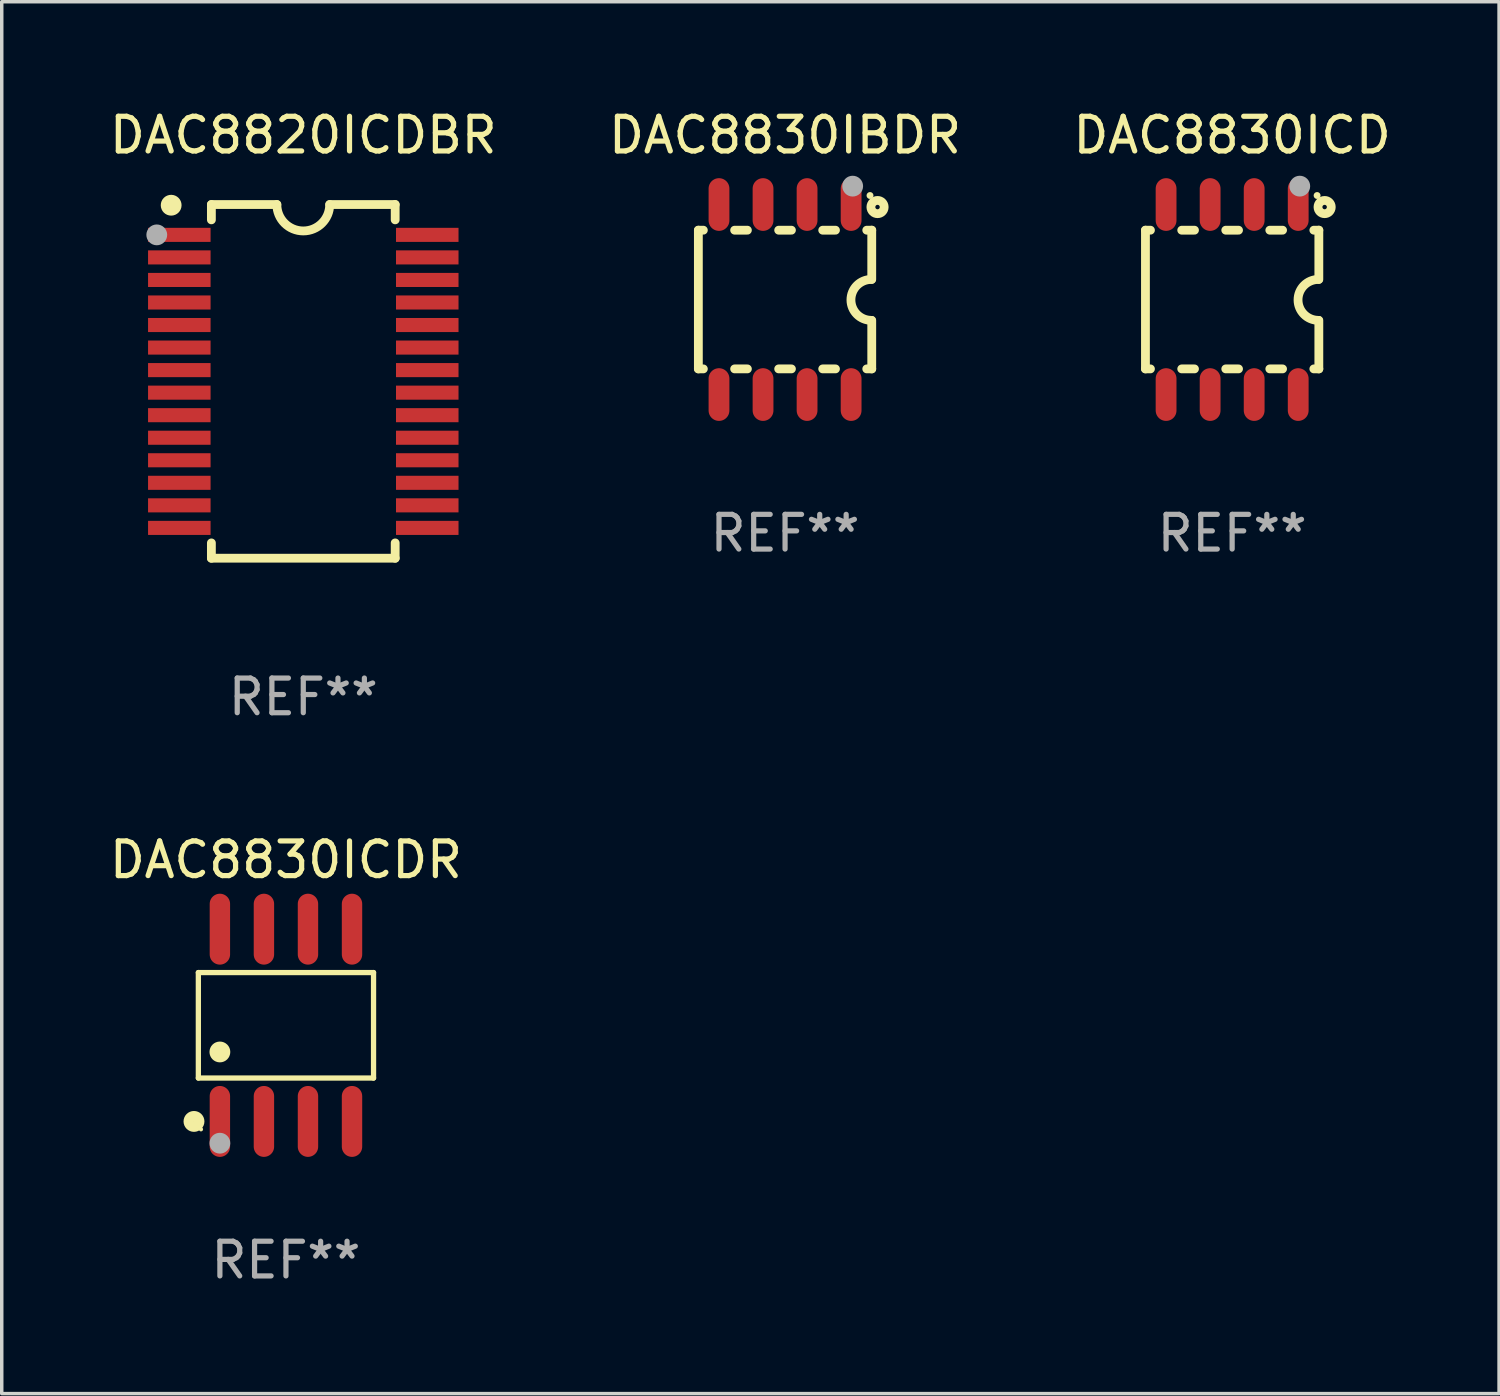
<source format=kicad_pcb>
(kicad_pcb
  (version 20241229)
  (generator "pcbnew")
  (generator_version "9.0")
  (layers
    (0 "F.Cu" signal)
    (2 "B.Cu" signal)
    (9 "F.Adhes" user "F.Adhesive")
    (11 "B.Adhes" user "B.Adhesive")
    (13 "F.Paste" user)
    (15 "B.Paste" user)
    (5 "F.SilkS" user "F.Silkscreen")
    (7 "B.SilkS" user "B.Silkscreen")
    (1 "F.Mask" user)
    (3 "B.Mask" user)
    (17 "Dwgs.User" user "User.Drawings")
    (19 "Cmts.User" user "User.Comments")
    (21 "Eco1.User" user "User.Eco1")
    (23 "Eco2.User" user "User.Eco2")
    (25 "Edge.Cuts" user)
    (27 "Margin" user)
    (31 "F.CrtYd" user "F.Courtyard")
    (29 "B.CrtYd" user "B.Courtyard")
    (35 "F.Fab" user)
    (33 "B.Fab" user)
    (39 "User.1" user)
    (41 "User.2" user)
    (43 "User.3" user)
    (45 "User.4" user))
  (footprint "DAC8830ICDR"
    (layer "F.Cu")
    (at 5.196 26.517)
    (property "Reference" "DAC8830ICDR" (at 0 -4.772 0) (layer "F.SilkS") (effects (font (size 1 1) (thickness 0.15))))
    (attr through_hole)
    (fp_line (start -2.526 -1.521) (end 2.526 -1.521) (stroke (width 0.152) (type solid)) (layer "F.SilkS"))
    (fp_line (start -2.526 1.521) (end -2.526 -1.521) (stroke (width 0.152) (type solid)) (layer "F.SilkS"))
    (fp_line (start 2.526 -1.521) (end 2.526 1.521) (stroke (width 0.152) (type solid)) (layer "F.SilkS"))
    (fp_line (start 2.526 1.521) (end -2.526 1.521) (stroke (width 0.152) (type solid)) (layer "F.SilkS"))
    (fp_circle (center -2.652 2.772) (end -2.501 2.772) (stroke (width 0.3) (type solid)) (fill no) (layer "F.SilkS"))
    (fp_circle (center -2.45 3) (end -2.42 3) (stroke (width 0.06) (type solid)) (fill no) (layer "F.SilkS"))
    (fp_circle (center -1.905 0.769) (end -1.755 0.769) (stroke (width 0.3) (type solid)) (fill no) (layer "F.SilkS"))
    (fp_circle (center -1.905 3.4) (end -1.755 3.4) (stroke (width 0.3) (type solid)) (fill no) (layer "F.Fab"))
    (fp_text user "REF**" (at 0 6.772 0) (layer "F.Fab") (effects (font (size 1 1) (thickness 0.15))))
    (pad "1" smd oval (at -1.905 2.772) (size 0.588 2.045) (layers "F.Cu" "F.Mask" "F.Paste"))
    (pad "2" smd oval (at -0.635 2.772) (size 0.588 2.045) (layers "F.Cu" "F.Mask" "F.Paste"))
    (pad "3" smd oval (at 0.635 2.772) (size 0.588 2.045) (layers "F.Cu" "F.Mask" "F.Paste"))
    (pad "4" smd oval (at 1.905 2.772) (size 0.588 2.045) (layers "F.Cu" "F.Mask" "F.Paste"))
    (pad "5" smd oval (at 1.905 -2.772) (size 0.588 2.045) (layers "F.Cu" "F.Mask" "F.Paste"))
    (pad "6" smd oval (at 0.635 -2.772) (size 0.588 2.045) (layers "F.Cu" "F.Mask" "F.Paste"))
    (pad "7" smd oval (at -0.635 -2.772) (size 0.588 2.045) (layers "F.Cu" "F.Mask" "F.Paste"))
    (pad "8" smd oval (at -1.905 -2.772) (size 0.588 2.045) (layers "F.Cu" "F.Mask" "F.Paste")))
  (footprint "DAC8820ICDBR"
    (layer "F.Cu")
    (at 5.696 7.948)
    (property "Reference" "DAC8820ICDBR" (at 0 -7.1 0) (layer "F.SilkS") (effects (font (size 1 1) (thickness 0.15))))
    (attr through_hole)
    (fp_line (start -2.65 -5.1) (end -0.762 -5.1) (stroke (width 0.254) (type solid)) (layer "F.SilkS"))
    (fp_line (start -2.65 -4.658) (end -2.65 -5.1) (stroke (width 0.254) (type solid)) (layer "F.SilkS"))
    (fp_line (start -2.65 5.1) (end -2.65 4.658) (stroke (width 0.254) (type solid)) (layer "F.SilkS"))
    (fp_line (start -2.65 5.1) (end 2.65 5.1) (stroke (width 0.254) (type solid)) (layer "F.SilkS"))
    (fp_line (start 2.65 -5.1) (end 0.762 -5.1) (stroke (width 0.254) (type solid)) (layer "F.SilkS"))
    (fp_line (start 2.65 -5.1) (end 2.65 -4.658) (stroke (width 0.254) (type solid)) (layer "F.SilkS"))
    (fp_line (start 2.65 4.658) (end 2.65 5.1) (stroke (width 0.254) (type solid)) (layer "F.SilkS"))
    (fp_arc (start 0.761925 -5.1) (mid -0.000241 -4.338329) (end -0.762077 -5.10033) (stroke (width 0.254001) (type solid)) (layer "F.SilkS"))
    (fp_circle (center -3.858 -5.07) (end -3.828 -5.07) (stroke (width 0.06) (type solid)) (fill no) (layer "F.SilkS"))
    (fp_circle (center -3.81 -5.08) (end -3.66 -5.08) (stroke (width 0.3) (type solid)) (fill no) (layer "F.SilkS"))
    (fp_circle (center -4.225 -4.225) (end -4.075 -4.225) (stroke (width 0.3) (type solid)) (fill no) (layer "F.Fab"))
    (fp_text user "REF**" (at 0 9.1 0) (layer "F.Fab") (effects (font (size 1 1) (thickness 0.15))))
    (pad "1" smd rect (at -3.575 -4.225) (size 1.803 0.406) (layers "F.Cu" "F.Mask" "F.Paste"))
    (pad "2" smd rect (at -3.575 -3.575) (size 1.803 0.406) (layers "F.Cu" "F.Mask" "F.Paste"))
    (pad "3" smd rect (at -3.575 -2.925) (size 1.803 0.406) (layers "F.Cu" "F.Mask" "F.Paste"))
    (pad "4" smd rect (at -3.575 -2.275) (size 1.803 0.406) (layers "F.Cu" "F.Mask" "F.Paste"))
    (pad "5" smd rect (at -3.575 -1.625) (size 1.803 0.406) (layers "F.Cu" "F.Mask" "F.Paste"))
    (pad "6" smd rect (at -3.575 -0.975) (size 1.803 0.406) (layers "F.Cu" "F.Mask" "F.Paste"))
    (pad "7" smd rect (at -3.575 -0.325) (size 1.803 0.406) (layers "F.Cu" "F.Mask" "F.Paste"))
    (pad "8" smd rect (at -3.575 0.325) (size 1.803 0.406) (layers "F.Cu" "F.Mask" "F.Paste"))
    (pad "9" smd rect (at -3.575 0.975) (size 1.803 0.406) (layers "F.Cu" "F.Mask" "F.Paste"))
    (pad "10" smd rect (at -3.575 1.625) (size 1.803 0.406) (layers "F.Cu" "F.Mask" "F.Paste"))
    (pad "11" smd rect (at -3.575 2.275) (size 1.803 0.406) (layers "F.Cu" "F.Mask" "F.Paste"))
    (pad "12" smd rect (at -3.575 2.925) (size 1.803 0.406) (layers "F.Cu" "F.Mask" "F.Paste"))
    (pad "13" smd rect (at -3.575 3.575) (size 1.803 0.406) (layers "F.Cu" "F.Mask" "F.Paste"))
    (pad "14" smd rect (at -3.575 4.225) (size 1.803 0.406) (layers "F.Cu" "F.Mask" "F.Paste"))
    (pad "15" smd rect (at 3.575 4.225) (size 1.803 0.406) (layers "F.Cu" "F.Mask" "F.Paste"))
    (pad "16" smd rect (at 3.575 3.575) (size 1.803 0.406) (layers "F.Cu" "F.Mask" "F.Paste"))
    (pad "17" smd rect (at 3.575 2.925) (size 1.803 0.406) (layers "F.Cu" "F.Mask" "F.Paste"))
    (pad "18" smd rect (at 3.575 2.275) (size 1.803 0.406) (layers "F.Cu" "F.Mask" "F.Paste"))
    (pad "19" smd rect (at 3.575 1.625) (size 1.803 0.406) (layers "F.Cu" "F.Mask" "F.Paste"))
    (pad "20" smd rect (at 3.575 0.975) (size 1.803 0.406) (layers "F.Cu" "F.Mask" "F.Paste"))
    (pad "21" smd rect (at 3.575 0.325) (size 1.803 0.406) (layers "F.Cu" "F.Mask" "F.Paste"))
    (pad "22" smd rect (at 3.575 -0.325) (size 1.803 0.406) (layers "F.Cu" "F.Mask" "F.Paste"))
    (pad "23" smd rect (at 3.575 -0.975) (size 1.803 0.406) (layers "F.Cu" "F.Mask" "F.Paste"))
    (pad "24" smd rect (at 3.575 -1.625) (size 1.803 0.406) (layers "F.Cu" "F.Mask" "F.Paste"))
    (pad "25" smd rect (at 3.575 -2.275) (size 1.803 0.406) (layers "F.Cu" "F.Mask" "F.Paste"))
    (pad "26" smd rect (at 3.575 -2.925) (size 1.803 0.406) (layers "F.Cu" "F.Mask" "F.Paste"))
    (pad "27" smd rect (at 3.575 -3.575) (size 1.803 0.406) (layers "F.Cu" "F.Mask" "F.Paste"))
    (pad "28" smd rect (at 3.575 -4.225) (size 1.803 0.406) (layers "F.Cu" "F.Mask" "F.Paste")))
  (footprint "DAC8830ICD"
    (layer "F.Cu")
    (at 32.482 5.588)
    (property "Reference" "DAC8830ICD" (at 0 -4.74 0) (layer "F.SilkS") (effects (font (size 1 1) (thickness 0.15))))
    (attr through_hole)
    (fp_line (start -2.5 2) (end -2.5 -2) (stroke (width 0.254) (type solid)) (layer "F.SilkS"))
    (fp_line (start -2.356 -2) (end -2.5 -2) (stroke (width 0.254) (type solid)) (layer "F.SilkS"))
    (fp_line (start -2.356 2) (end -2.5 2) (stroke (width 0.254) (type solid)) (layer "F.SilkS"))
    (fp_line (start -1.086 -2) (end -1.454 -2) (stroke (width 0.254) (type solid)) (layer "F.SilkS"))
    (fp_line (start -1.086 2) (end -1.454 2) (stroke (width 0.254) (type solid)) (layer "F.SilkS"))
    (fp_line (start 0.184 -2) (end -0.184 -2) (stroke (width 0.254) (type solid)) (layer "F.SilkS"))
    (fp_line (start 0.184 2) (end -0.184 2) (stroke (width 0.254) (type solid)) (layer "F.SilkS"))
    (fp_line (start 1.454 -2) (end 1.086 -2) (stroke (width 0.254) (type solid)) (layer "F.SilkS"))
    (fp_line (start 1.454 2) (end 1.086 2) (stroke (width 0.254) (type solid)) (layer "F.SilkS"))
    (fp_line (start 2.5 -2) (end 2.356 -2) (stroke (width 0.254) (type solid)) (layer "F.SilkS"))
    (fp_line (start 2.5 -0.58) (end 2.5 -2) (stroke (width 0.254) (type solid)) (layer "F.SilkS"))
    (fp_line (start 2.5 2) (end 2.356 2) (stroke (width 0.254) (type solid)) (layer "F.SilkS"))
    (fp_line (start 2.5 2) (end 2.5 0.6) (stroke (width 0.254) (type solid)) (layer "F.SilkS"))
    (fp_arc (start 2.489992 0.600051) (mid 1.901674 0.010046) (end 2.489992 -0.579959) (stroke (width 0.254001) (type solid)) (layer "F.SilkS"))
    (fp_circle (center 2.45 -3) (end 2.5 -3) (stroke (width 0.1) (type solid)) (fill no) (layer "F.SilkS"))
    (fp_circle (center 2.667 -2.667) (end 2.858 -2.667) (stroke (width 0.254) (type solid)) (fill no) (layer "F.SilkS"))
    (fp_circle (center 1.95 -3.27) (end 2.1 -3.27) (stroke (width 0.3) (type solid)) (fill no) (layer "F.Fab"))
    (fp_text user "REF**" (at 0 6.74 0) (layer "F.Fab") (effects (font (size 1 1) (thickness 0.15))))
    (pad "1" smd oval (at 1.905 -2.74) (size 0.6 1.52) (layers "F.Cu" "F.Mask" "F.Paste"))
    (pad "2" smd oval (at 0.635 -2.74) (size 0.6 1.52) (layers "F.Cu" "F.Mask" "F.Paste"))
    (pad "3" smd oval (at -0.635 -2.74) (size 0.6 1.52) (layers "F.Cu" "F.Mask" "F.Paste"))
    (pad "4" smd oval (at -1.905 -2.74) (size 0.6 1.52) (layers "F.Cu" "F.Mask" "F.Paste"))
    (pad "5" smd oval (at -1.905 2.74) (size 0.6 1.52) (layers "F.Cu" "F.Mask" "F.Paste"))
    (pad "6" smd oval (at -0.635 2.74) (size 0.6 1.52) (layers "F.Cu" "F.Mask" "F.Paste"))
    (pad "7" smd oval (at 0.635 2.74) (size 0.6 1.52) (layers "F.Cu" "F.Mask" "F.Paste"))
    (pad "8" smd oval (at 1.905 2.74) (size 0.6 1.52) (layers "F.Cu" "F.Mask" "F.Paste")))
  (footprint "DAC8830IBDR"
    (layer "F.Cu")
    (at 19.589 5.588)
    (property "Reference" "DAC8830IBDR" (at 0 -4.74 0) (layer "F.SilkS") (effects (font (size 1 1) (thickness 0.15))))
    (attr through_hole)
    (fp_line (start -2.5 2) (end -2.5 -2) (stroke (width 0.254) (type solid)) (layer "F.SilkS"))
    (fp_line (start -2.356 -2) (end -2.5 -2) (stroke (width 0.254) (type solid)) (layer "F.SilkS"))
    (fp_line (start -2.356 2) (end -2.5 2) (stroke (width 0.254) (type solid)) (layer "F.SilkS"))
    (fp_line (start -1.086 -2) (end -1.454 -2) (stroke (width 0.254) (type solid)) (layer "F.SilkS"))
    (fp_line (start -1.086 2) (end -1.454 2) (stroke (width 0.254) (type solid)) (layer "F.SilkS"))
    (fp_line (start 0.184 -2) (end -0.184 -2) (stroke (width 0.254) (type solid)) (layer "F.SilkS"))
    (fp_line (start 0.184 2) (end -0.184 2) (stroke (width 0.254) (type solid)) (layer "F.SilkS"))
    (fp_line (start 1.454 -2) (end 1.086 -2) (stroke (width 0.254) (type solid)) (layer "F.SilkS"))
    (fp_line (start 1.454 2) (end 1.086 2) (stroke (width 0.254) (type solid)) (layer "F.SilkS"))
    (fp_line (start 2.5 -2) (end 2.356 -2) (stroke (width 0.254) (type solid)) (layer "F.SilkS"))
    (fp_line (start 2.5 -0.58) (end 2.5 -2) (stroke (width 0.254) (type solid)) (layer "F.SilkS"))
    (fp_line (start 2.5 2) (end 2.356 2) (stroke (width 0.254) (type solid)) (layer "F.SilkS"))
    (fp_line (start 2.5 2) (end 2.5 0.6) (stroke (width 0.254) (type solid)) (layer "F.SilkS"))
    (fp_arc (start 2.489992 0.600051) (mid 1.901674 0.010046) (end 2.489992 -0.579959) (stroke (width 0.254001) (type solid)) (layer "F.SilkS"))
    (fp_circle (center 2.45 -3) (end 2.5 -3) (stroke (width 0.1) (type solid)) (fill no) (layer "F.SilkS"))
    (fp_circle (center 2.667 -2.667) (end 2.858 -2.667) (stroke (width 0.254) (type solid)) (fill no) (layer "F.SilkS"))
    (fp_circle (center 1.95 -3.27) (end 2.1 -3.27) (stroke (width 0.3) (type solid)) (fill no) (layer "F.Fab"))
    (fp_text user "REF**" (at 0 6.74 0) (layer "F.Fab") (effects (font (size 1 1) (thickness 0.15))))
    (pad "1" smd oval (at 1.905 -2.74) (size 0.6 1.52) (layers "F.Cu" "F.Mask" "F.Paste"))
    (pad "2" smd oval (at 0.635 -2.74) (size 0.6 1.52) (layers "F.Cu" "F.Mask" "F.Paste"))
    (pad "3" smd oval (at -0.635 -2.74) (size 0.6 1.52) (layers "F.Cu" "F.Mask" "F.Paste"))
    (pad "4" smd oval (at -1.905 -2.74) (size 0.6 1.52) (layers "F.Cu" "F.Mask" "F.Paste"))
    (pad "5" smd oval (at -1.905 2.74) (size 0.6 1.52) (layers "F.Cu" "F.Mask" "F.Paste"))
    (pad "6" smd oval (at -0.635 2.74) (size 0.6 1.52) (layers "F.Cu" "F.Mask" "F.Paste"))
    (pad "7" smd oval (at 0.635 2.74) (size 0.6 1.52) (layers "F.Cu" "F.Mask" "F.Paste"))
    (pad "8" smd oval (at 1.905 2.74) (size 0.6 1.52) (layers "F.Cu" "F.Mask" "F.Paste")))
  (gr_rect
    (start -3 -3)
    (end 40.179 37.138)
    (stroke (width 0.1) (type default))
    (fill no)
    (layer "Edge.Cuts")))
</source>
